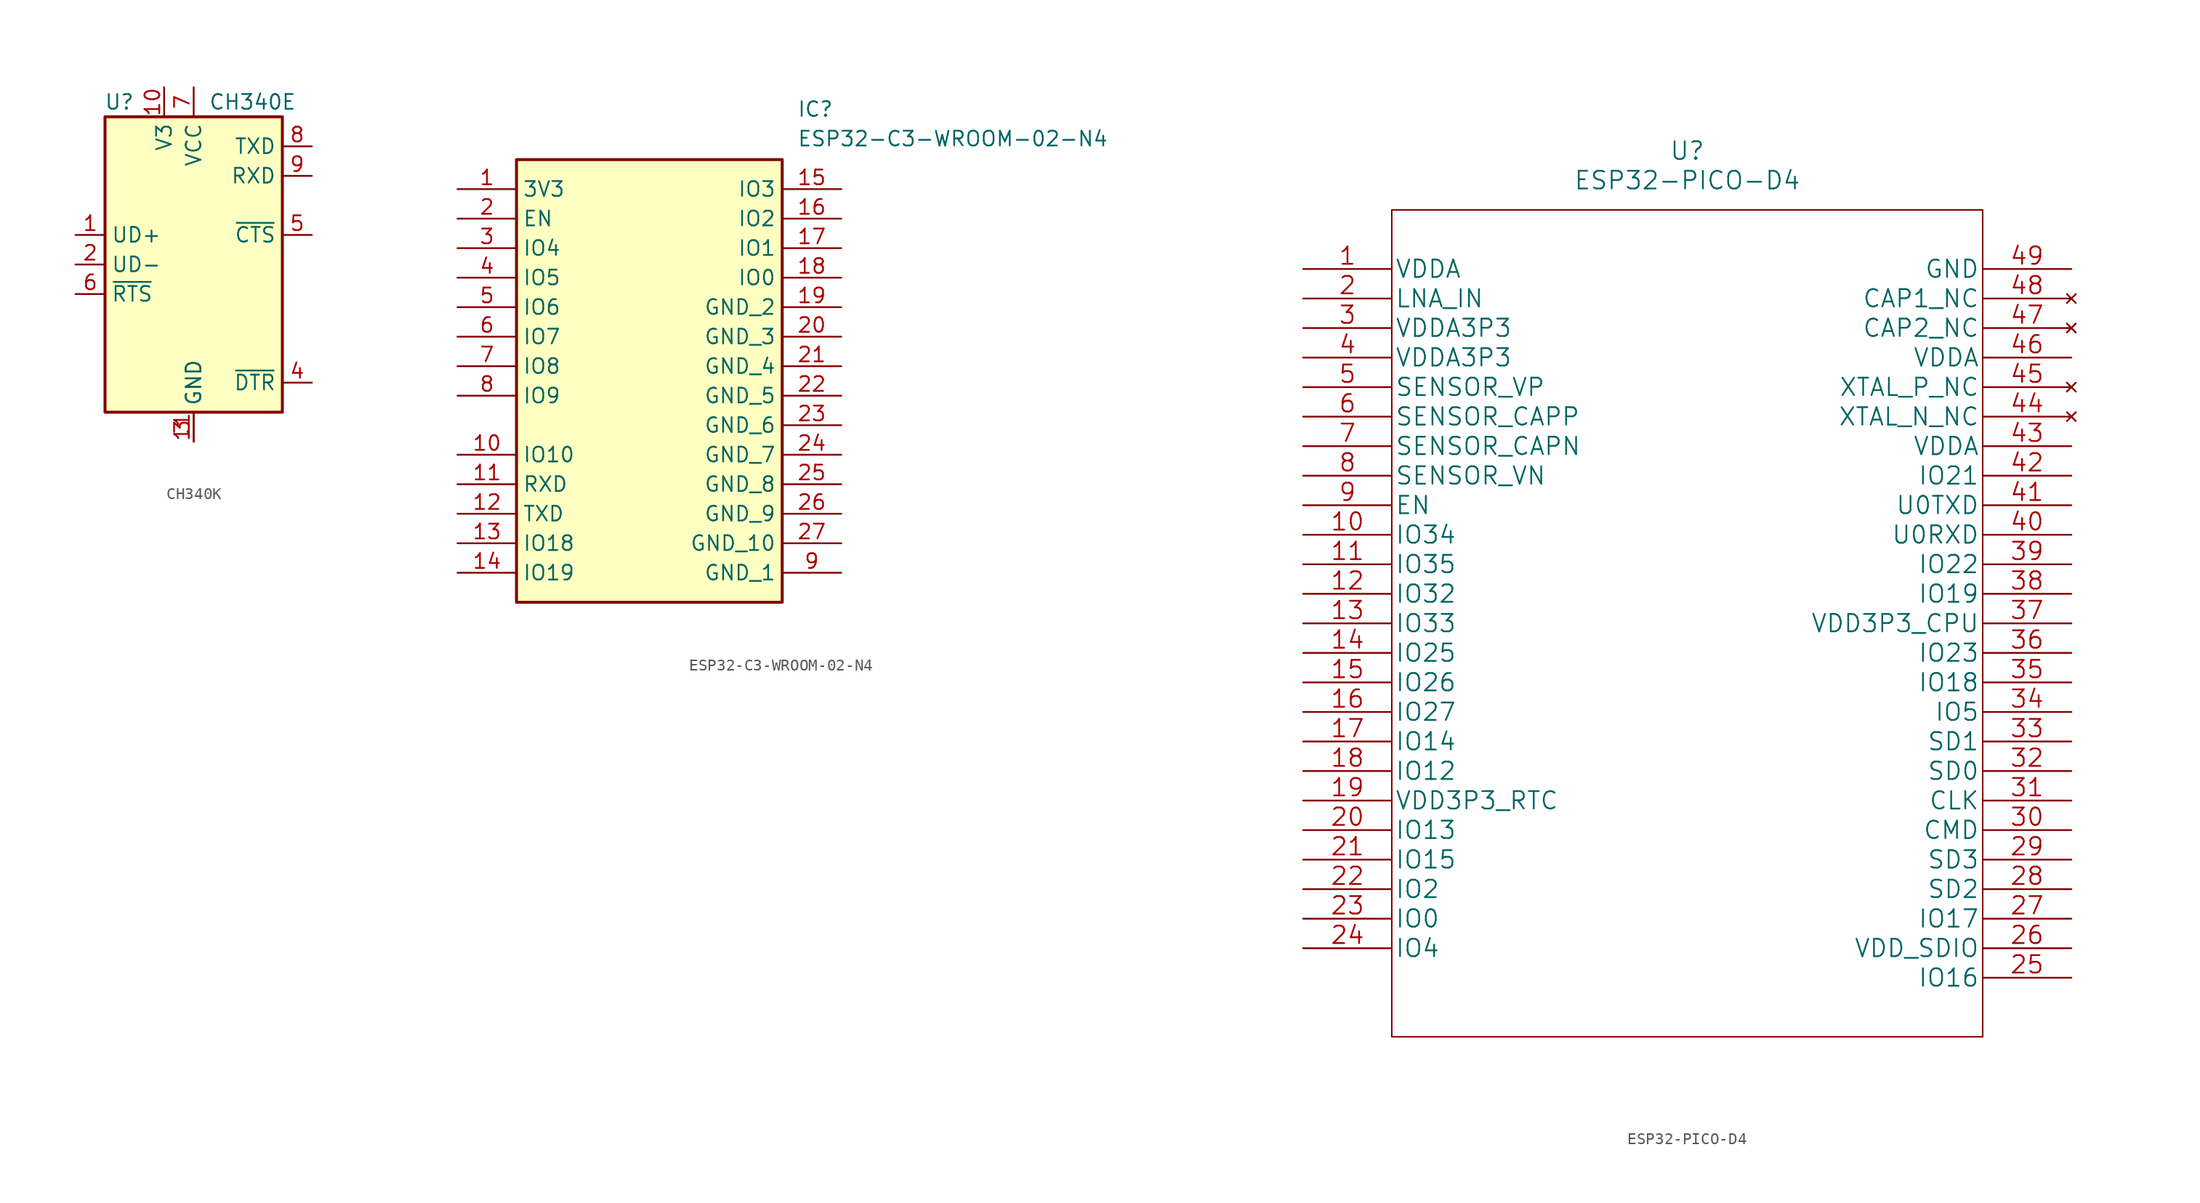
<source format=kicad_sym>
(kicad_symbol_lib
  (version 20231120)
  (generator "kicad_symbol_editor")
  (generator_version "8.0")
  (symbol "CH340K"
    (property "Reference" "U"
      (at -5.08 13.97 0)
      (effects (font (size 1.27 1.27)) (justify right)))
    (property "Value" "CH340E"
      (at 1.27 13.97 0)
      (effects (font (size 1.27 1.27)) (justify left)))
    (symbol "CH340K_0_1"
      (rectangle (start -7.62 12.7) (end 7.62 -12.7) (stroke (width 0.254) (type default)) (fill (type background))))
    (symbol "CH340K_1_1"
      (pin bidirectional line (at -10.16 2.54 0) (length 2.54) (name "UD+" (effects (font (size 1.27 1.27)))) (number "1" (effects (font (size 1.27 1.27)))))
      (pin passive line (at -2.54 15.24 270) (length 2.54) (name "V3" (effects (font (size 1.27 1.27)))) (number "10" (effects (font (size 1.27 1.27)))))
      (pin power_in line (at 0 -15.24 90) (length 2.54) (name "GND" (effects (font (size 1.27 1.27)))) (number "11" (effects (font (size 1.27 1.27)))))
      (pin bidirectional line (at -10.16 0 0) (length 2.54) (name "UD-" (effects (font (size 1.27 1.27)))) (number "2" (effects (font (size 1.27 1.27)))))
      (pin power_in line (at 0 -15.24 90) (length 2.54) (name "GND" (effects (font (size 1.27 1.27)))) (number "3" (effects (font (size 1.27 1.27)))))
      (pin output line (at 10.16 -10.16 180) (length 2.54) (name "~{DTR}" (effects (font (size 1.27 1.27)))) (number "4" (effects (font (size 1.27 1.27)))))
      (pin input line (at 10.16 2.54 180) (length 2.54) (name "~{CTS}" (effects (font (size 1.27 1.27)))) (number "5" (effects (font (size 1.27 1.27)))))
      (pin output line (at -10.16 -2.54 0) (length 2.54) (name "~{RTS}" (effects (font (size 1.27 1.27)))) (number "6" (effects (font (size 1.27 1.27)))))
      (pin power_in line (at 0 15.24 270) (length 2.54) (name "VCC" (effects (font (size 1.27 1.27)))) (number "7" (effects (font (size 1.27 1.27)))))
      (pin output line (at 10.16 10.16 180) (length 2.54) (name "TXD" (effects (font (size 1.27 1.27)))) (number "8" (effects (font (size 1.27 1.27)))))
      (pin input line (at 10.16 7.62 180) (length 2.54) (name "RXD" (effects (font (size 1.27 1.27)))) (number "9" (effects (font (size 1.27 1.27)))))))
  (symbol "ESP32-C3-WROOM-02-N4"
    (property "Reference" "IC"
      (at 29.21 7.62 0)
      (effects (font (size 1.27 1.27)) (justify left top)))
    (property "Value" "ESP32-C3-WROOM-02-N4"
      (at 29.21 5.08 0)
      (effects (font (size 1.27 1.27)) (justify left top)))
    (symbol "ESP32-C3-WROOM-02-N4_1_1"
      (rectangle (start 5.08 2.54) (end 27.94 -35.56) (stroke (width 0.254) (type default)) (fill (type background)))
      (pin passive line (at 0 0 0) (length 5.08) (name "3V3" (effects (font (size 1.27 1.27)))) (number "1" (effects (font (size 1.27 1.27)))))
      (pin passive line (at 0 -22.86 0) (length 5.08) (name "IO10" (effects (font (size 1.27 1.27)))) (number "10" (effects (font (size 1.27 1.27)))))
      (pin passive line (at 0 -25.4 0) (length 5.08) (name "RXD" (effects (font (size 1.27 1.27)))) (number "11" (effects (font (size 1.27 1.27)))))
      (pin passive line (at 0 -27.94 0) (length 5.08) (name "TXD" (effects (font (size 1.27 1.27)))) (number "12" (effects (font (size 1.27 1.27)))))
      (pin passive line (at 0 -30.48 0) (length 5.08) (name "IO18" (effects (font (size 1.27 1.27)))) (number "13" (effects (font (size 1.27 1.27)))))
      (pin passive line (at 0 -33.02 0) (length 5.08) (name "IO19" (effects (font (size 1.27 1.27)))) (number "14" (effects (font (size 1.27 1.27)))))
      (pin passive line (at 33.02 0 180) (length 5.08) (name "IO3" (effects (font (size 1.27 1.27)))) (number "15" (effects (font (size 1.27 1.27)))))
      (pin passive line (at 33.02 -2.54 180) (length 5.08) (name "IO2" (effects (font (size 1.27 1.27)))) (number "16" (effects (font (size 1.27 1.27)))))
      (pin passive line (at 33.02 -5.08 180) (length 5.08) (name "IO1" (effects (font (size 1.27 1.27)))) (number "17" (effects (font (size 1.27 1.27)))))
      (pin passive line (at 33.02 -7.62 180) (length 5.08) (name "IO0" (effects (font (size 1.27 1.27)))) (number "18" (effects (font (size 1.27 1.27)))))
      (pin passive line (at 33.02 -10.16 180) (length 5.08) (name "GND_2" (effects (font (size 1.27 1.27)))) (number "19" (effects (font (size 1.27 1.27)))))
      (pin passive line (at 0 -2.54 0) (length 5.08) (name "EN" (effects (font (size 1.27 1.27)))) (number "2" (effects (font (size 1.27 1.27)))))
      (pin passive line (at 33.02 -12.7 180) (length 5.08) (name "GND_3" (effects (font (size 1.27 1.27)))) (number "20" (effects (font (size 1.27 1.27)))))
      (pin passive line (at 33.02 -15.24 180) (length 5.08) (name "GND_4" (effects (font (size 1.27 1.27)))) (number "21" (effects (font (size 1.27 1.27)))))
      (pin passive line (at 33.02 -17.78 180) (length 5.08) (name "GND_5" (effects (font (size 1.27 1.27)))) (number "22" (effects (font (size 1.27 1.27)))))
      (pin passive line (at 33.02 -20.32 180) (length 5.08) (name "GND_6" (effects (font (size 1.27 1.27)))) (number "23" (effects (font (size 1.27 1.27)))))
      (pin passive line (at 33.02 -22.86 180) (length 5.08) (name "GND_7" (effects (font (size 1.27 1.27)))) (number "24" (effects (font (size 1.27 1.27)))))
      (pin passive line (at 33.02 -25.4 180) (length 5.08) (name "GND_8" (effects (font (size 1.27 1.27)))) (number "25" (effects (font (size 1.27 1.27)))))
      (pin passive line (at 33.02 -27.94 180) (length 5.08) (name "GND_9" (effects (font (size 1.27 1.27)))) (number "26" (effects (font (size 1.27 1.27)))))
      (pin passive line (at 33.02 -30.48 180) (length 5.08) (name "GND_10" (effects (font (size 1.27 1.27)))) (number "27" (effects (font (size 1.27 1.27)))))
      (pin passive line (at 0 -5.08 0) (length 5.08) (name "IO4" (effects (font (size 1.27 1.27)))) (number "3" (effects (font (size 1.27 1.27)))))
      (pin passive line (at 0 -7.62 0) (length 5.08) (name "IO5" (effects (font (size 1.27 1.27)))) (number "4" (effects (font (size 1.27 1.27)))))
      (pin passive line (at 0 -10.16 0) (length 5.08) (name "IO6" (effects (font (size 1.27 1.27)))) (number "5" (effects (font (size 1.27 1.27)))))
      (pin passive line (at 0 -12.7 0) (length 5.08) (name "IO7" (effects (font (size 1.27 1.27)))) (number "6" (effects (font (size 1.27 1.27)))))
      (pin passive line (at 0 -15.24 0) (length 5.08) (name "IO8" (effects (font (size 1.27 1.27)))) (number "7" (effects (font (size 1.27 1.27)))))
      (pin passive line (at 0 -17.78 0) (length 5.08) (name "IO9" (effects (font (size 1.27 1.27)))) (number "8" (effects (font (size 1.27 1.27)))))
      (pin passive line (at 33.02 -33.02 180) (length 5.08) (name "GND_1" (effects (font (size 1.27 1.27)))) (number "9" (effects (font (size 1.27 1.27)))))))
  (symbol "ESP32-PICO-D4"
    (pin_names
      (offset 0.254))
    (property "Reference" "U"
      (at 33.02 10.16 0)
      (effects (font (size 1.524 1.524))))
    (property "Value" "ESP32-PICO-D4"
      (at 33.02 7.62 0)
      (effects (font (size 1.524 1.524))))
    (property "Datasheet" ""
      (at 0 0 0)
      (effects (font (size 1.524 1.524))))
    (property "ki_locked" ""
      (at 0 0 0)
      (effects (font (size 1.27 1.27))))
    (symbol "ESP32-PICO-D4_1_1"
      (polyline (pts (xy 7.62 -66.04) (xy 58.42 -66.04)) (stroke (width 0.127) (type default)) (fill (type none)))
      (polyline (pts (xy 7.62 5.08) (xy 7.62 -66.04)) (stroke (width 0.127) (type default)) (fill (type none)))
      (polyline (pts (xy 58.42 -66.04) (xy 58.42 5.08)) (stroke (width 0.127) (type default)) (fill (type none)))
      (polyline (pts (xy 58.42 5.08) (xy 7.62 5.08)) (stroke (width 0.127) (type default)) (fill (type none)))
      (pin power_in line (at 0 0 0) (length 7.62) (name "VDDA" (effects (font (size 1.499 1.499)))) (number "1" (effects (font (size 1.499 1.499)))))
      (pin input line (at 0 -22.86 0) (length 7.62) (name "IO34" (effects (font (size 1.499 1.499)))) (number "10" (effects (font (size 1.499 1.499)))))
      (pin input line (at 0 -25.4 0) (length 7.62) (name "IO35" (effects (font (size 1.499 1.499)))) (number "11" (effects (font (size 1.499 1.499)))))
      (pin bidirectional line (at 0 -27.94 0) (length 7.62) (name "IO32" (effects (font (size 1.499 1.499)))) (number "12" (effects (font (size 1.499 1.499)))))
      (pin bidirectional line (at 0 -30.48 0) (length 7.62) (name "IO33" (effects (font (size 1.499 1.499)))) (number "13" (effects (font (size 1.499 1.499)))))
      (pin bidirectional line (at 0 -33.02 0) (length 7.62) (name "IO25" (effects (font (size 1.499 1.499)))) (number "14" (effects (font (size 1.499 1.499)))))
      (pin bidirectional line (at 0 -35.56 0) (length 7.62) (name "IO26" (effects (font (size 1.499 1.499)))) (number "15" (effects (font (size 1.499 1.499)))))
      (pin bidirectional line (at 0 -38.1 0) (length 7.62) (name "IO27" (effects (font (size 1.499 1.499)))) (number "16" (effects (font (size 1.499 1.499)))))
      (pin bidirectional line (at 0 -40.64 0) (length 7.62) (name "IO14" (effects (font (size 1.499 1.499)))) (number "17" (effects (font (size 1.499 1.499)))))
      (pin bidirectional line (at 0 -43.18 0) (length 7.62) (name "IO12" (effects (font (size 1.499 1.499)))) (number "18" (effects (font (size 1.499 1.499)))))
      (pin power_in line (at 0 -45.72 0) (length 7.62) (name "VDD3P3_RTC" (effects (font (size 1.499 1.499)))) (number "19" (effects (font (size 1.499 1.499)))))
      (pin bidirectional line (at 0 -2.54 0) (length 7.62) (name "LNA_IN" (effects (font (size 1.499 1.499)))) (number "2" (effects (font (size 1.499 1.499)))))
      (pin bidirectional line (at 0 -48.26 0) (length 7.62) (name "IO13" (effects (font (size 1.499 1.499)))) (number "20" (effects (font (size 1.499 1.499)))))
      (pin bidirectional line (at 0 -50.8 0) (length 7.62) (name "IO15" (effects (font (size 1.499 1.499)))) (number "21" (effects (font (size 1.499 1.499)))))
      (pin bidirectional line (at 0 -53.34 0) (length 7.62) (name "IO2" (effects (font (size 1.499 1.499)))) (number "22" (effects (font (size 1.499 1.499)))))
      (pin bidirectional line (at 0 -55.88 0) (length 7.62) (name "IO0" (effects (font (size 1.499 1.499)))) (number "23" (effects (font (size 1.499 1.499)))))
      (pin bidirectional line (at 0 -58.42 0) (length 7.62) (name "IO4" (effects (font (size 1.499 1.499)))) (number "24" (effects (font (size 1.499 1.499)))))
      (pin bidirectional line (at 66.04 -60.96 180) (length 7.62) (name "IO16" (effects (font (size 1.499 1.499)))) (number "25" (effects (font (size 1.499 1.499)))))
      (pin power_in line (at 66.04 -58.42 180) (length 7.62) (name "VDD_SDIO" (effects (font (size 1.499 1.499)))) (number "26" (effects (font (size 1.499 1.499)))))
      (pin bidirectional line (at 66.04 -55.88 180) (length 7.62) (name "IO17" (effects (font (size 1.499 1.499)))) (number "27" (effects (font (size 1.499 1.499)))))
      (pin bidirectional line (at 66.04 -53.34 180) (length 7.62) (name "SD2" (effects (font (size 1.499 1.499)))) (number "28" (effects (font (size 1.499 1.499)))))
      (pin bidirectional line (at 66.04 -50.8 180) (length 7.62) (name "SD3" (effects (font (size 1.499 1.499)))) (number "29" (effects (font (size 1.499 1.499)))))
      (pin power_in line (at 0 -5.08 0) (length 7.62) (name "VDDA3P3" (effects (font (size 1.499 1.499)))) (number "3" (effects (font (size 1.499 1.499)))))
      (pin bidirectional line (at 66.04 -48.26 180) (length 7.62) (name "CMD" (effects (font (size 1.499 1.499)))) (number "30" (effects (font (size 1.499 1.499)))))
      (pin bidirectional line (at 66.04 -45.72 180) (length 7.62) (name "CLK" (effects (font (size 1.499 1.499)))) (number "31" (effects (font (size 1.499 1.499)))))
      (pin bidirectional line (at 66.04 -43.18 180) (length 7.62) (name "SD0" (effects (font (size 1.499 1.499)))) (number "32" (effects (font (size 1.499 1.499)))))
      (pin bidirectional line (at 66.04 -40.64 180) (length 7.62) (name "SD1" (effects (font (size 1.499 1.499)))) (number "33" (effects (font (size 1.499 1.499)))))
      (pin bidirectional line (at 66.04 -38.1 180) (length 7.62) (name "IO5" (effects (font (size 1.499 1.499)))) (number "34" (effects (font (size 1.499 1.499)))))
      (pin bidirectional line (at 66.04 -35.56 180) (length 7.62) (name "IO18" (effects (font (size 1.499 1.499)))) (number "35" (effects (font (size 1.499 1.499)))))
      (pin bidirectional line (at 66.04 -33.02 180) (length 7.62) (name "IO23" (effects (font (size 1.499 1.499)))) (number "36" (effects (font (size 1.499 1.499)))))
      (pin power_in line (at 66.04 -30.48 180) (length 7.62) (name "VDD3P3_CPU" (effects (font (size 1.499 1.499)))) (number "37" (effects (font (size 1.499 1.499)))))
      (pin bidirectional line (at 66.04 -27.94 180) (length 7.62) (name "IO19" (effects (font (size 1.499 1.499)))) (number "38" (effects (font (size 1.499 1.499)))))
      (pin bidirectional line (at 66.04 -25.4 180) (length 7.62) (name "IO22" (effects (font (size 1.499 1.499)))) (number "39" (effects (font (size 1.499 1.499)))))
      (pin power_in line (at 0 -7.62 0) (length 7.62) (name "VDDA3P3" (effects (font (size 1.499 1.499)))) (number "4" (effects (font (size 1.499 1.499)))))
      (pin bidirectional line (at 66.04 -22.86 180) (length 7.62) (name "U0RXD" (effects (font (size 1.499 1.499)))) (number "40" (effects (font (size 1.499 1.499)))))
      (pin bidirectional line (at 66.04 -20.32 180) (length 7.62) (name "U0TXD" (effects (font (size 1.499 1.499)))) (number "41" (effects (font (size 1.499 1.499)))))
      (pin bidirectional line (at 66.04 -17.78 180) (length 7.62) (name "IO21" (effects (font (size 1.499 1.499)))) (number "42" (effects (font (size 1.499 1.499)))))
      (pin power_in line (at 66.04 -15.24 180) (length 7.62) (name "VDDA" (effects (font (size 1.499 1.499)))) (number "43" (effects (font (size 1.499 1.499)))))
      (pin no_connect line (at 66.04 -12.7 180) (length 7.62) (name "XTAL_N_NC" (effects (font (size 1.499 1.499)))) (number "44" (effects (font (size 1.499 1.499)))))
      (pin no_connect line (at 66.04 -10.16 180) (length 7.62) (name "XTAL_P_NC" (effects (font (size 1.499 1.499)))) (number "45" (effects (font (size 1.499 1.499)))))
      (pin power_in line (at 66.04 -7.62 180) (length 7.62) (name "VDDA" (effects (font (size 1.499 1.499)))) (number "46" (effects (font (size 1.499 1.499)))))
      (pin no_connect line (at 66.04 -5.08 180) (length 7.62) (name "CAP2_NC" (effects (font (size 1.499 1.499)))) (number "47" (effects (font (size 1.499 1.499)))))
      (pin no_connect line (at 66.04 -2.54 180) (length 7.62) (name "CAP1_NC" (effects (font (size 1.499 1.499)))) (number "48" (effects (font (size 1.499 1.499)))))
      (pin power_in line (at 66.04 0 180) (length 7.62) (name "GND" (effects (font (size 1.499 1.499)))) (number "49" (effects (font (size 1.499 1.499)))))
      (pin input line (at 0 -10.16 0) (length 7.62) (name "SENSOR_VP" (effects (font (size 1.499 1.499)))) (number "5" (effects (font (size 1.499 1.499)))))
      (pin input line (at 0 -12.7 0) (length 7.62) (name "SENSOR_CAPP" (effects (font (size 1.499 1.499)))) (number "6" (effects (font (size 1.499 1.499)))))
      (pin input line (at 0 -15.24 0) (length 7.62) (name "SENSOR_CAPN" (effects (font (size 1.499 1.499)))) (number "7" (effects (font (size 1.499 1.499)))))
      (pin input line (at 0 -17.78 0) (length 7.62) (name "SENSOR_VN" (effects (font (size 1.499 1.499)))) (number "8" (effects (font (size 1.499 1.499)))))
      (pin input line (at 0 -20.32 0) (length 7.62) (name "EN" (effects (font (size 1.499 1.499)))) (number "9" (effects (font (size 1.499 1.499))))))))
</source>
